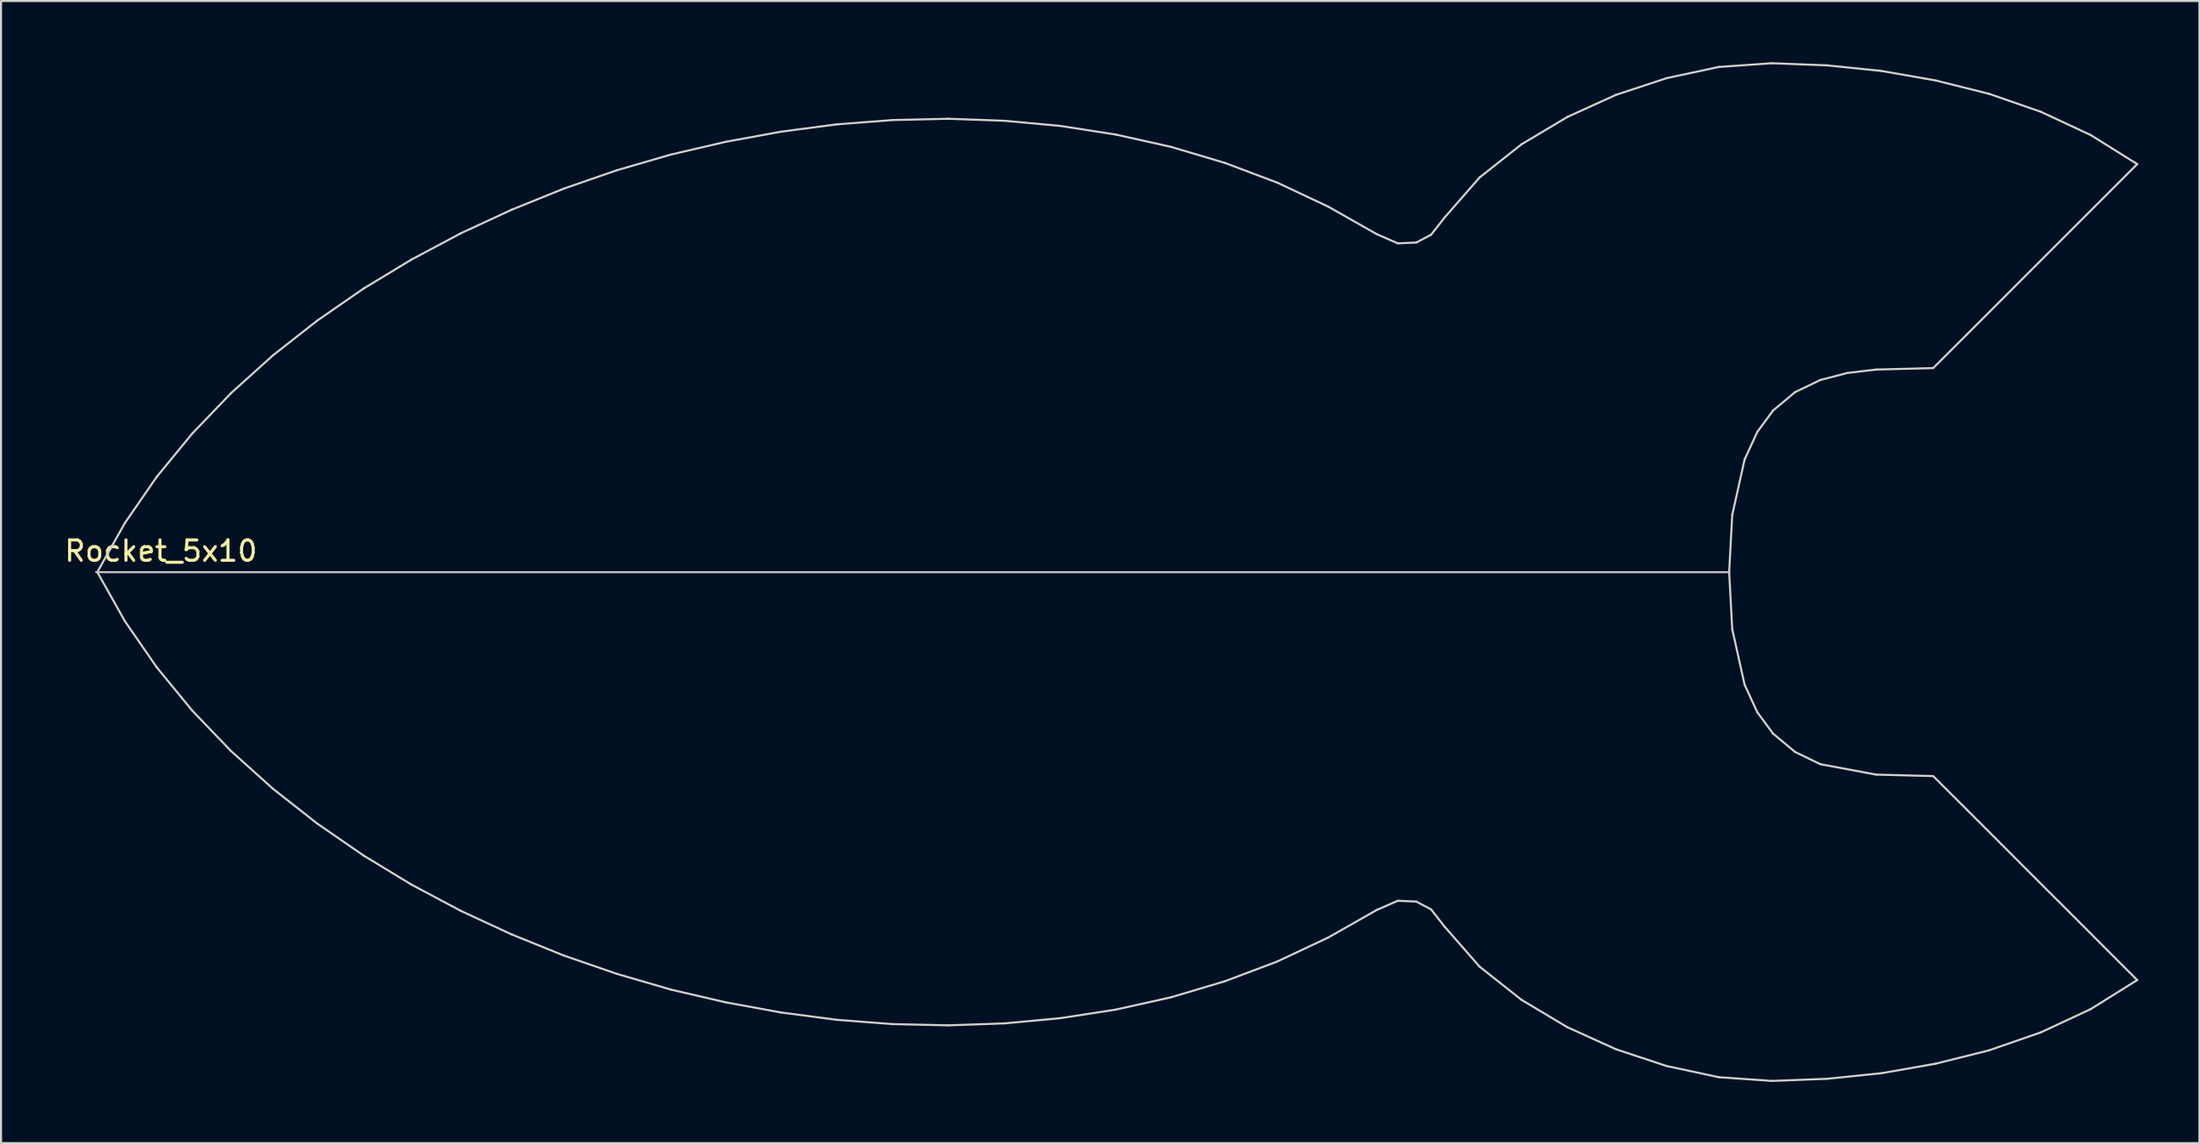
<source format=kicad_pcb>
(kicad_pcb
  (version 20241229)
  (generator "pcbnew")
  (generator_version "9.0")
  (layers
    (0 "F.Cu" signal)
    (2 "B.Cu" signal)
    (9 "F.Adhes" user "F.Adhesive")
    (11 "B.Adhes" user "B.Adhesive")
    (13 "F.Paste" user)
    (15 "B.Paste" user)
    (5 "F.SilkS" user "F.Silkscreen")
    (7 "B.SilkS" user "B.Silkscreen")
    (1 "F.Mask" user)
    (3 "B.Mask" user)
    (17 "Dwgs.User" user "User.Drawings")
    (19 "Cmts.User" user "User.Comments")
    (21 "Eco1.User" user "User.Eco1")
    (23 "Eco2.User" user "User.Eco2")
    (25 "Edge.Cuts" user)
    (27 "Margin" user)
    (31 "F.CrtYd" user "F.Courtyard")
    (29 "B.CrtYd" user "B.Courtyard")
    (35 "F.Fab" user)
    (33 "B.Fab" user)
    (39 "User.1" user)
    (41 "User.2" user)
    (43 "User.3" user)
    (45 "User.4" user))
  (footprint "Rocket_5x10"
    (layer "F.Cu")
    (at 1.664 25.002)
    (property "Reference" "Rocket_5x10" (at 3.175 -1.035 0) (layer "F.SilkS") (effects (font (size 1 1) (thickness 0.15))))
    (attr exclude_from_pos_files exclude_from_bom)
    (fp_line (start 0 0.001) (end 80 0.001) (stroke (width 0.1) (type solid)) (layer "Dwgs.User"))
    (fp_line (start 0.061 -0.011) (end 0.061 0.006) (stroke (width 0.1) (type solid)) (layer "Edge.Cuts"))
    (fp_line (start 0.061 0.006) (end 1.41 2.407) (stroke (width 0.1) (type solid)) (layer "Edge.Cuts"))
    (fp_line (start 1.41 -2.412) (end 0.061 -0.011) (stroke (width 0.1) (type solid)) (layer "Edge.Cuts"))
    (fp_line (start 1.41 2.407) (end 2.972 4.67) (stroke (width 0.1) (type solid)) (layer "Edge.Cuts"))
    (fp_line (start 2.972 -4.677) (end 1.41 -2.412) (stroke (width 0.1) (type solid)) (layer "Edge.Cuts"))
    (fp_line (start 2.972 4.67) (end 4.717 6.798) (stroke (width 0.1) (type solid)) (layer "Edge.Cuts"))
    (fp_line (start 4.717 -6.803) (end 2.972 -4.677) (stroke (width 0.1) (type solid)) (layer "Edge.Cuts"))
    (fp_line (start 4.717 6.798) (end 6.622 8.782) (stroke (width 0.1) (type solid)) (layer "Edge.Cuts"))
    (fp_line (start 6.622 -8.787) (end 4.717 -6.803) (stroke (width 0.1) (type solid)) (layer "Edge.Cuts"))
    (fp_line (start 6.622 8.782) (end 8.669 10.624) (stroke (width 0.1) (type solid)) (layer "Edge.Cuts"))
    (fp_line (start 8.669 -10.631) (end 6.622 -8.787) (stroke (width 0.1) (type solid)) (layer "Edge.Cuts"))
    (fp_line (start 8.669 10.624) (end 10.838 12.328) (stroke (width 0.1) (type solid)) (layer "Edge.Cuts"))
    (fp_line (start 10.838 -12.333) (end 8.669 -10.631) (stroke (width 0.1) (type solid)) (layer "Edge.Cuts"))
    (fp_line (start 10.838 12.328) (end 13.096 13.887) (stroke (width 0.1) (type solid)) (layer "Edge.Cuts"))
    (fp_line (start 13.096 -13.895) (end 10.838 -12.333) (stroke (width 0.1) (type solid)) (layer "Edge.Cuts"))
    (fp_line (start 13.096 13.887) (end 15.451 15.318) (stroke (width 0.1) (type solid)) (layer "Edge.Cuts"))
    (fp_line (start 15.451 -15.322) (end 13.096 -13.895) (stroke (width 0.1) (type solid)) (layer "Edge.Cuts"))
    (fp_line (start 15.451 15.318) (end 17.884 16.613) (stroke (width 0.1) (type solid)) (layer "Edge.Cuts"))
    (fp_line (start 17.884 -16.618) (end 15.451 -15.322) (stroke (width 0.1) (type solid)) (layer "Edge.Cuts"))
    (fp_line (start 17.884 16.613) (end 20.381 17.769) (stroke (width 0.1) (type solid)) (layer "Edge.Cuts"))
    (fp_line (start 20.381 -17.774) (end 17.884 -16.618) (stroke (width 0.1) (type solid)) (layer "Edge.Cuts"))
    (fp_line (start 20.381 17.769) (end 22.929 18.8) (stroke (width 0.1) (type solid)) (layer "Edge.Cuts"))
    (fp_line (start 22.929 -18.805) (end 20.381 -17.774) (stroke (width 0.1) (type solid)) (layer "Edge.Cuts"))
    (fp_line (start 22.929 18.8) (end 25.532 19.699) (stroke (width 0.1) (type solid)) (layer "Edge.Cuts"))
    (fp_line (start 25.532 -19.707) (end 22.929 -18.805) (stroke (width 0.1) (type solid)) (layer "Edge.Cuts"))
    (fp_line (start 25.532 19.699) (end 28.176 20.469) (stroke (width 0.1) (type solid)) (layer "Edge.Cuts"))
    (fp_line (start 28.176 -20.474) (end 25.532 -19.707) (stroke (width 0.1) (type solid)) (layer "Edge.Cuts"))
    (fp_line (start 28.176 20.469) (end 30.858 21.093) (stroke (width 0.1) (type solid)) (layer "Edge.Cuts"))
    (fp_line (start 30.858 -21.098) (end 28.176 -20.474) (stroke (width 0.1) (type solid)) (layer "Edge.Cuts"))
    (fp_line (start 30.858 21.093) (end 33.566 21.589) (stroke (width 0.1) (type solid)) (layer "Edge.Cuts"))
    (fp_line (start 33.566 -21.594) (end 30.858 -21.098) (stroke (width 0.1) (type solid)) (layer "Edge.Cuts"))
    (fp_line (start 33.566 21.589) (end 36.292 21.949) (stroke (width 0.1) (type solid)) (layer "Edge.Cuts"))
    (fp_line (start 36.292 -21.954) (end 33.566 -21.594) (stroke (width 0.1) (type solid)) (layer "Edge.Cuts"))
    (fp_line (start 36.292 21.949) (end 39.032 22.16) (stroke (width 0.1) (type solid)) (layer "Edge.Cuts"))
    (fp_line (start 39.032 -22.165) (end 36.292 -21.954) (stroke (width 0.1) (type solid)) (layer "Edge.Cuts"))
    (fp_line (start 39.032 22.16) (end 41.786 22.221) (stroke (width 0.1) (type solid)) (layer "Edge.Cuts"))
    (fp_line (start 41.786 -22.229) (end 39.032 -22.165) (stroke (width 0.1) (type solid)) (layer "Edge.Cuts"))
    (fp_line (start 41.786 22.221) (end 44.536 22.125) (stroke (width 0.1) (type solid)) (layer "Edge.Cuts"))
    (fp_line (start 44.536 -22.13) (end 41.786 -22.229) (stroke (width 0.1) (type solid)) (layer "Edge.Cuts"))
    (fp_line (start 44.536 22.125) (end 47.28 21.868) (stroke (width 0.1) (type solid)) (layer "Edge.Cuts"))
    (fp_line (start 47.28 -21.876) (end 44.536 -22.13) (stroke (width 0.1) (type solid)) (layer "Edge.Cuts"))
    (fp_line (start 47.28 21.868) (end 49.997 21.447) (stroke (width 0.1) (type solid)) (layer "Edge.Cuts"))
    (fp_line (start 49.997 -21.452) (end 47.28 -21.876) (stroke (width 0.1) (type solid)) (layer "Edge.Cuts"))
    (fp_line (start 49.997 21.447) (end 52.687 20.847) (stroke (width 0.1) (type solid)) (layer "Edge.Cuts"))
    (fp_line (start 52.687 -20.852) (end 49.997 -21.452) (stroke (width 0.1) (type solid)) (layer "Edge.Cuts"))
    (fp_line (start 52.687 20.847) (end 55.324 20.062) (stroke (width 0.1) (type solid)) (layer "Edge.Cuts"))
    (fp_line (start 55.324 -20.067) (end 52.687 -20.852) (stroke (width 0.1) (type solid)) (layer "Edge.Cuts"))
    (fp_line (start 55.324 20.062) (end 57.899 19.092) (stroke (width 0.1) (type solid)) (layer "Edge.Cuts"))
    (fp_line (start 57.899 -19.097) (end 55.324 -20.067) (stroke (width 0.1) (type solid)) (layer "Edge.Cuts"))
    (fp_line (start 57.899 19.092) (end 60.394 17.918) (stroke (width 0.1) (type solid)) (layer "Edge.Cuts"))
    (fp_line (start 60.394 -17.923) (end 57.899 -19.097) (stroke (width 0.1) (type solid)) (layer "Edge.Cuts"))
    (fp_line (start 60.394 17.918) (end 62.784 16.56) (stroke (width 0.1) (type solid)) (layer "Edge.Cuts"))
    (fp_line (start 62.784 -16.567) (end 60.394 -17.923) (stroke (width 0.1) (type solid)) (layer "Edge.Cuts"))
    (fp_line (start 62.784 16.56) (end 63.81 16.113) (stroke (width 0.1) (type solid)) (layer "Edge.Cuts"))
    (fp_line (start 63.81 -16.12) (end 62.784 -16.567) (stroke (width 0.1) (type solid)) (layer "Edge.Cuts"))
    (fp_line (start 63.81 16.113) (end 64.714 16.153) (stroke (width 0.1) (type solid)) (layer "Edge.Cuts"))
    (fp_line (start 64.714 -16.161) (end 63.81 -16.12) (stroke (width 0.1) (type solid)) (layer "Edge.Cuts"))
    (fp_line (start 64.714 16.153) (end 65.441 16.537) (stroke (width 0.1) (type solid)) (layer "Edge.Cuts"))
    (fp_line (start 65.441 -16.542) (end 64.714 -16.161) (stroke (width 0.1) (type solid)) (layer "Edge.Cuts"))
    (fp_line (start 65.441 16.537) (end 66.101 17.38) (stroke (width 0.1) (type solid)) (layer "Edge.Cuts"))
    (fp_line (start 66.101 -17.385) (end 65.441 -16.542) (stroke (width 0.1) (type solid)) (layer "Edge.Cuts"))
    (fp_line (start 66.101 17.38) (end 67.821 19.346) (stroke (width 0.1) (type solid)) (layer "Edge.Cuts"))
    (fp_line (start 67.821 -19.353) (end 66.101 -17.385) (stroke (width 0.1) (type solid)) (layer "Edge.Cuts"))
    (fp_line (start 67.821 19.346) (end 69.875 20.972) (stroke (width 0.1) (type solid)) (layer "Edge.Cuts"))
    (fp_line (start 69.875 -20.977) (end 67.821 -19.353) (stroke (width 0.1) (type solid)) (layer "Edge.Cuts"))
    (fp_line (start 69.875 20.972) (end 72.116 22.31) (stroke (width 0.1) (type solid)) (layer "Edge.Cuts"))
    (fp_line (start 72.116 -22.315) (end 69.875 -20.977) (stroke (width 0.1) (type solid)) (layer "Edge.Cuts"))
    (fp_line (start 72.116 22.31) (end 74.506 23.395) (stroke (width 0.1) (type solid)) (layer "Edge.Cuts"))
    (fp_line (start 74.506 -23.402) (end 72.116 -22.315) (stroke (width 0.1) (type solid)) (layer "Edge.Cuts"))
    (fp_line (start 74.506 23.395) (end 76.985 24.215) (stroke (width 0.1) (type solid)) (layer "Edge.Cuts"))
    (fp_line (start 76.985 -24.22) (end 74.506 -23.402) (stroke (width 0.1) (type solid)) (layer "Edge.Cuts"))
    (fp_line (start 76.985 24.215) (end 79.543 24.764) (stroke (width 0.1) (type solid)) (layer "Edge.Cuts"))
    (fp_line (start 79.543 -24.769) (end 76.985 -24.22) (stroke (width 0.1) (type solid)) (layer "Edge.Cuts"))
    (fp_line (start 79.543 24.764) (end 82.151 24.947) (stroke (width 0.1) (type solid)) (layer "Edge.Cuts"))
    (fp_line (start 80.053 -0.011) (end 80.203 -2.798) (stroke (width 0.1) (type solid)) (layer "Edge.Cuts"))
    (fp_line (start 80.053 0.006) (end 80.053 -0.011) (stroke (width 0.1) (type solid)) (layer "Edge.Cuts"))
    (fp_line (start 80.203 -2.798) (end 80.81 -5.523) (stroke (width 0.1) (type solid)) (layer "Edge.Cuts"))
    (fp_line (start 80.203 2.793) (end 80.053 0.006) (stroke (width 0.1) (type solid)) (layer "Edge.Cuts"))
    (fp_line (start 80.81 -5.523) (end 81.432 -6.874) (stroke (width 0.1) (type solid)) (layer "Edge.Cuts"))
    (fp_line (start 80.81 5.518) (end 80.203 2.793) (stroke (width 0.1) (type solid)) (layer "Edge.Cuts"))
    (fp_line (start 81.432 -6.874) (end 82.205 -7.923) (stroke (width 0.1) (type solid)) (layer "Edge.Cuts"))
    (fp_line (start 81.432 6.869) (end 80.81 5.518) (stroke (width 0.1) (type solid)) (layer "Edge.Cuts"))
    (fp_line (start 82.151 -24.952) (end 79.543 -24.769) (stroke (width 0.1) (type solid)) (layer "Edge.Cuts"))
    (fp_line (start 82.151 24.947) (end 84.841 24.843) (stroke (width 0.1) (type solid)) (layer "Edge.Cuts"))
    (fp_line (start 82.205 -7.923) (end 83.287 -8.828) (stroke (width 0.1) (type solid)) (layer "Edge.Cuts"))
    (fp_line (start 82.205 7.918) (end 81.432 6.869) (stroke (width 0.1) (type solid)) (layer "Edge.Cuts"))
    (fp_line (start 83.287 -8.828) (end 84.526 -9.422) (stroke (width 0.1) (type solid)) (layer "Edge.Cuts"))
    (fp_line (start 83.287 8.82) (end 82.205 7.918) (stroke (width 0.1) (type solid)) (layer "Edge.Cuts"))
    (fp_line (start 84.526 -9.422) (end 85.847 -9.765) (stroke (width 0.1) (type solid)) (layer "Edge.Cuts"))
    (fp_line (start 84.526 9.417) (end 83.287 8.82) (stroke (width 0.1) (type solid)) (layer "Edge.Cuts"))
    (fp_line (start 84.841 -24.848) (end 82.151 -24.952) (stroke (width 0.1) (type solid)) (layer "Edge.Cuts"))
    (fp_line (start 84.841 24.843) (end 87.523 24.568) (stroke (width 0.1) (type solid)) (layer "Edge.Cuts"))
    (fp_line (start 85.847 -9.765) (end 87.259 -9.933) (stroke (width 0.1) (type solid)) (layer "Edge.Cuts"))
    (fp_line (start 87.259 -9.933) (end 90.053 -10.004) (stroke (width 0.1) (type solid)) (layer "Edge.Cuts"))
    (fp_line (start 87.259 9.928) (end 84.526 9.417) (stroke (width 0.1) (type solid)) (layer "Edge.Cuts"))
    (fp_line (start 87.523 -24.573) (end 84.841 -24.848) (stroke (width 0.1) (type solid)) (layer "Edge.Cuts"))
    (fp_line (start 87.523 24.568) (end 90.178 24.101) (stroke (width 0.1) (type solid)) (layer "Edge.Cuts"))
    (fp_line (start 90.053 -10.004) (end 91.722 -11.67) (stroke (width 0.1) (type solid)) (layer "Edge.Cuts"))
    (fp_line (start 90.053 9.999) (end 87.259 9.928) (stroke (width 0.1) (type solid)) (layer "Edge.Cuts"))
    (fp_line (start 90.178 -24.106) (end 87.523 -24.573) (stroke (width 0.1) (type solid)) (layer "Edge.Cuts"))
    (fp_line (start 90.178 24.101) (end 92.789 23.448) (stroke (width 0.1) (type solid)) (layer "Edge.Cuts"))
    (fp_line (start 91.722 -11.67) (end 93.388 -13.336) (stroke (width 0.1) (type solid)) (layer "Edge.Cuts"))
    (fp_line (start 91.722 11.665) (end 90.053 9.999) (stroke (width 0.1) (type solid)) (layer "Edge.Cuts"))
    (fp_line (start 92.789 -23.453) (end 90.178 -24.106) (stroke (width 0.1) (type solid)) (layer "Edge.Cuts"))
    (fp_line (start 92.789 23.448) (end 95.329 22.567) (stroke (width 0.1) (type solid)) (layer "Edge.Cuts"))
    (fp_line (start 93.388 -13.336) (end 95.054 -15.005) (stroke (width 0.1) (type solid)) (layer "Edge.Cuts"))
    (fp_line (start 93.388 13.331) (end 91.722 11.665) (stroke (width 0.1) (type solid)) (layer "Edge.Cuts"))
    (fp_line (start 95.054 -15.005) (end 100.056 -20.006) (stroke (width 0.1) (type solid)) (layer "Edge.Cuts"))
    (fp_line (start 95.054 15) (end 93.388 13.331) (stroke (width 0.1) (type solid)) (layer "Edge.Cuts"))
    (fp_line (start 95.329 -22.572) (end 92.789 -23.453) (stroke (width 0.1) (type solid)) (layer "Edge.Cuts"))
    (fp_line (start 95.329 22.567) (end 97.77 21.429) (stroke (width 0.1) (type solid)) (layer "Edge.Cuts"))
    (fp_line (start 96.723 16.666) (end 95.054 15) (stroke (width 0.1) (type solid)) (layer "Edge.Cuts"))
    (fp_line (start 97.77 -21.434) (end 95.329 -22.572) (stroke (width 0.1) (type solid)) (layer "Edge.Cuts"))
    (fp_line (start 97.77 21.429) (end 100.056 20.001) (stroke (width 0.1) (type solid)) (layer "Edge.Cuts"))
    (fp_line (start 98.387 18.332) (end 96.723 16.666) (stroke (width 0.1) (type solid)) (layer "Edge.Cuts"))
    (fp_line (start 100.056 -20.006) (end 97.77 -21.434) (stroke (width 0.1) (type solid)) (layer "Edge.Cuts"))
    (fp_line (start 100.056 20.001) (end 98.387 18.332) (stroke (width 0.1) (type solid)) (layer "Edge.Cuts")))
  (gr_rect
    (start -3 -3)
    (end 104.77 52.998)
    (stroke (width 0.1) (type default))
    (fill no)
    (layer "Edge.Cuts")))
</source>
